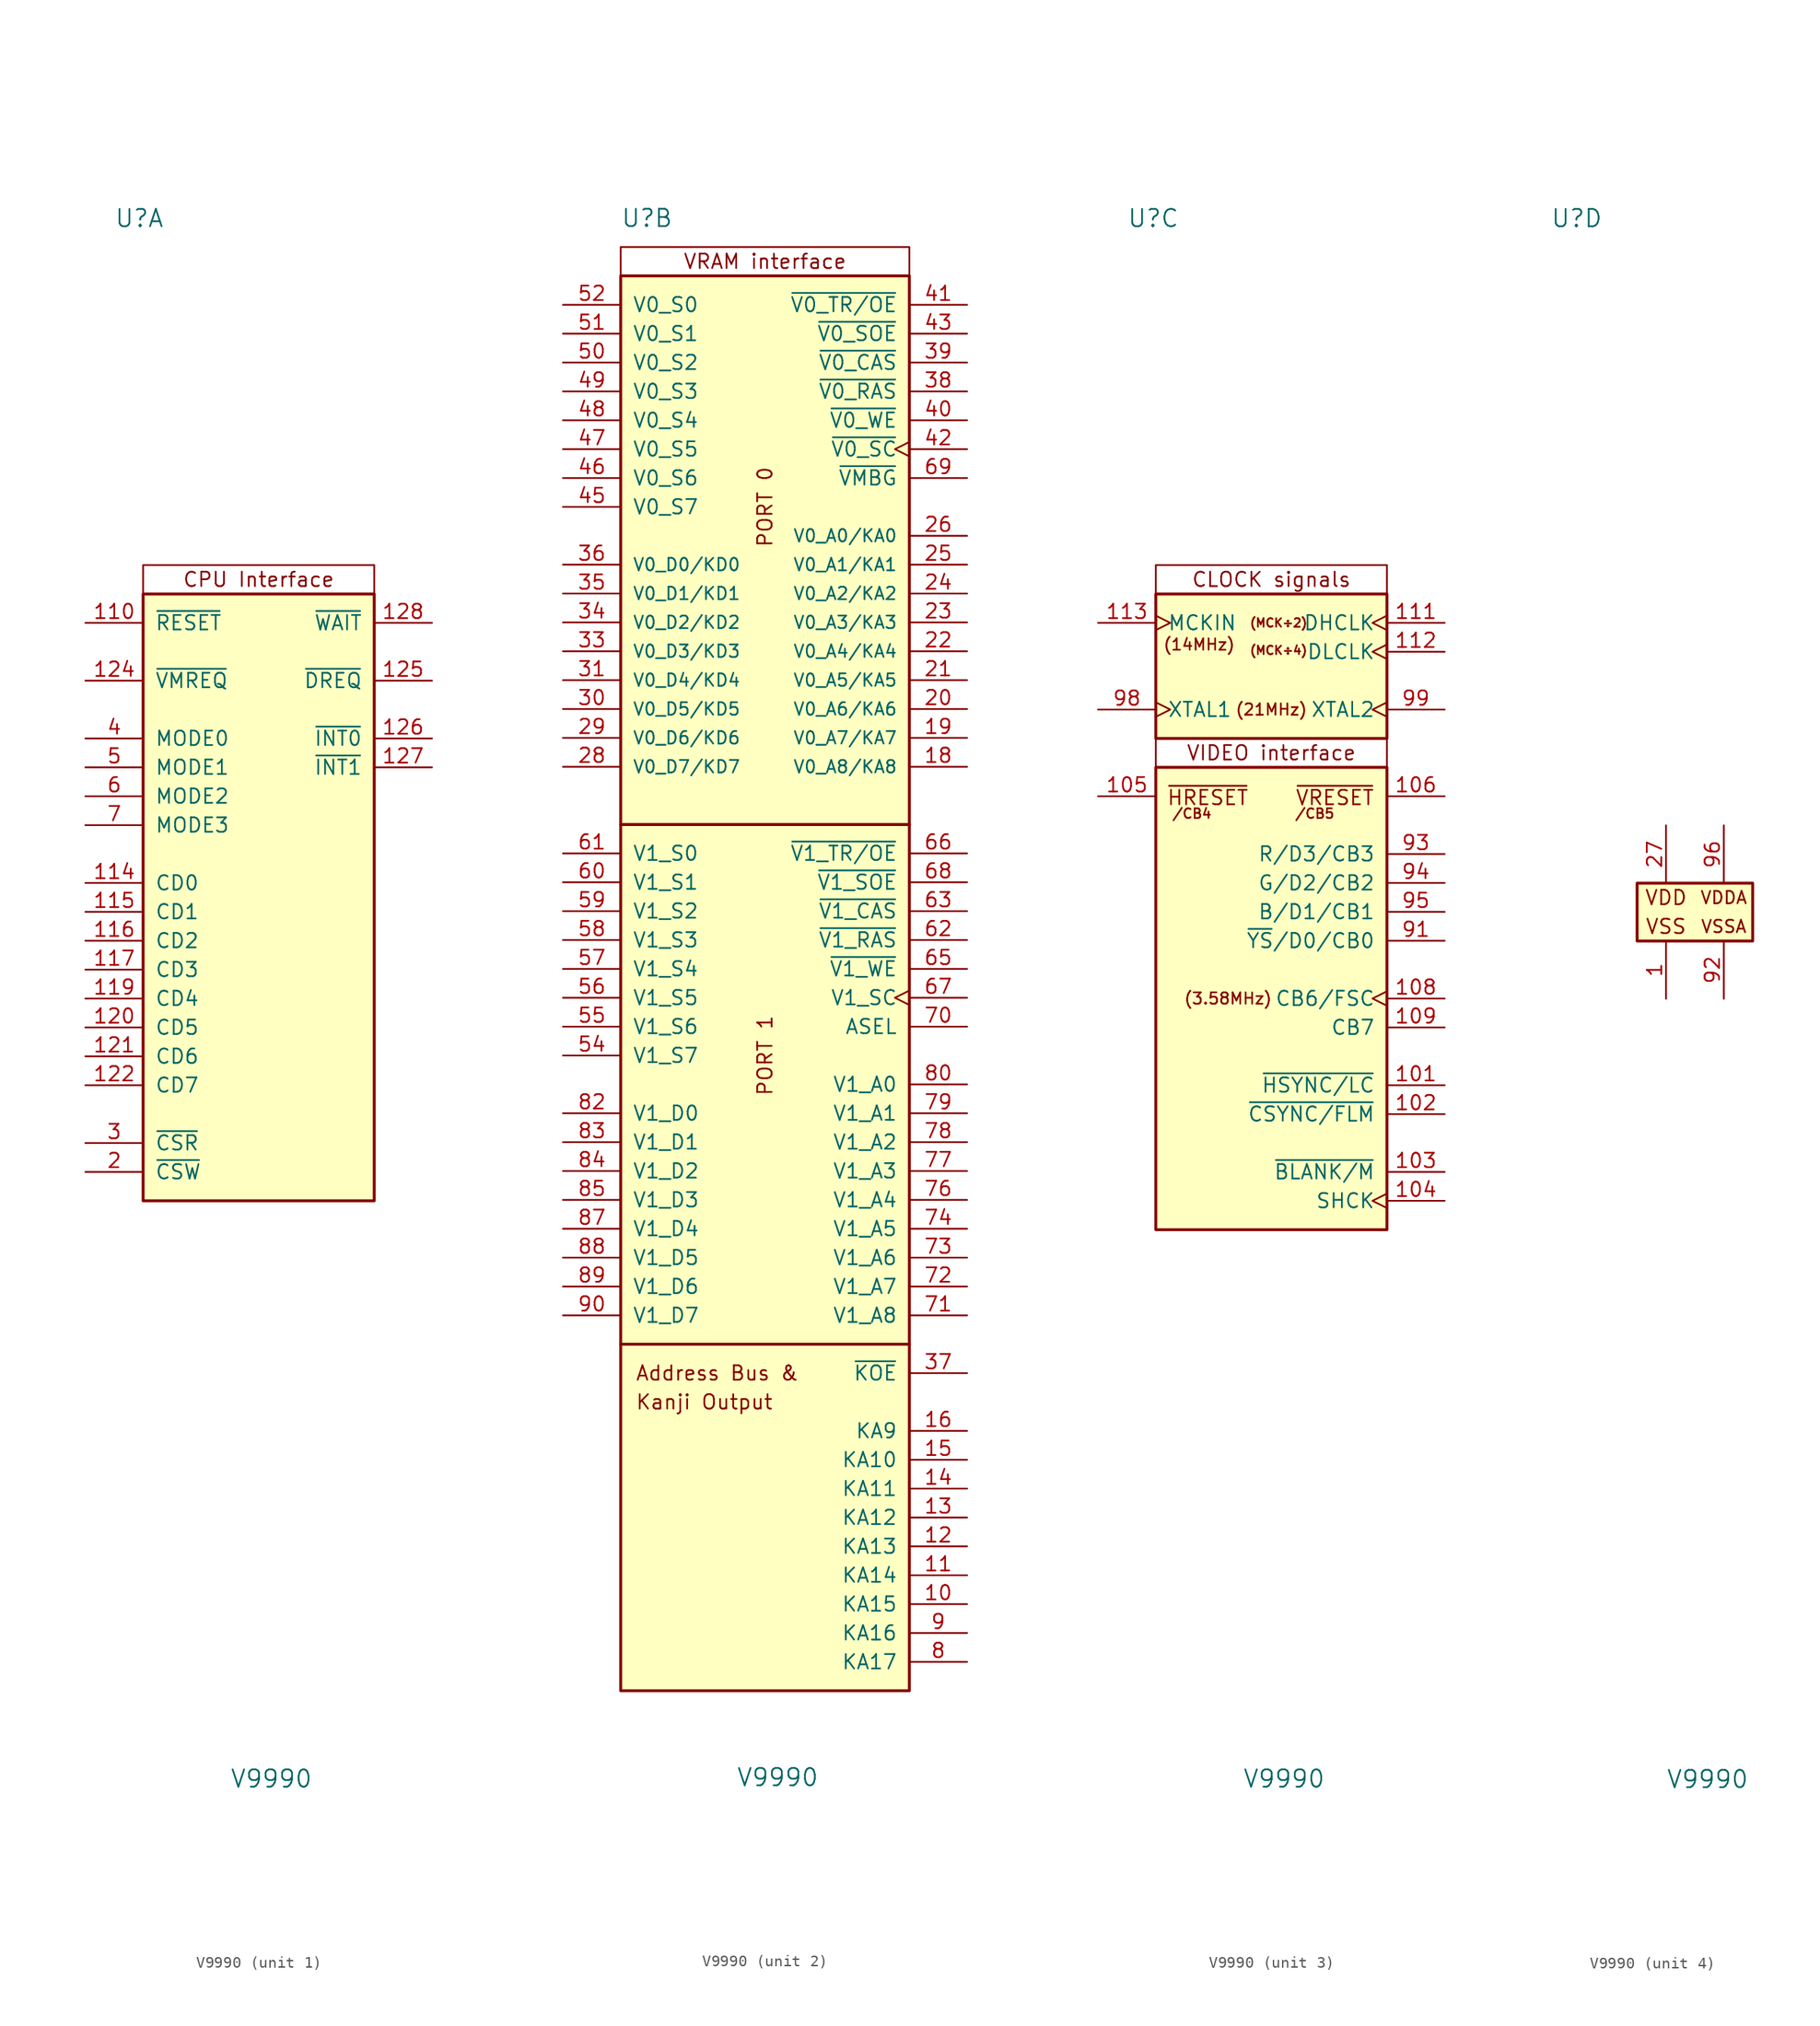
<source format=kicad_sym>
(kicad_symbol_lib
  (version 20211014)
  (generator kicad_symbol_editor)
  (symbol "V9990"
    (pin_names
      (offset 1.016))
    (property "Reference" "U"
      (at -12.7 60.96 0)
      (effects (font (size 1.524 1.524)) (justify left)))
    (property "Value" "V9990"
      (at -2.54 -76.2 0)
      (effects (font (size 1.524 1.524)) (justify left)))
    (property "ki_locked" ""
      (at 0 0 0)
      (effects (font (size 1.27 1.27))))
    (symbol "V9990_1_0"
      (rectangle (start -10.16 27.94) (end 10.16 30.48) (stroke (width 0) (type default) (color 0 0 0 0)) (fill (type none)))
      (text "CPU Interface" (at 0 29.21 0) (effects (font (size 1.27 1.27))))
      (pin input line (at -15.24 20.32 0) (length 5.08) (name "~{VMREQ}" (effects (font (size 1.27 1.27)))) (number "124" (effects (font (size 1.27 1.27)))))
      (pin open_emitter line (at 15.24 20.32 180) (length 5.08) (name "~{DREQ}" (effects (font (size 1.27 1.27)))) (number "125" (effects (font (size 1.27 1.27)))))
      (pin open_collector line (at 15.24 15.24 180) (length 5.08) (name "~{INT0}" (effects (font (size 1.27 1.27)))) (number "126" (effects (font (size 1.27 1.27)))))
      (pin input line (at -15.24 10.16 0) (length 5.08) (name "MODE2" (effects (font (size 1.27 1.27)))) (number "6" (effects (font (size 1.27 1.27)))))
      (pin input line (at -15.24 7.62 0) (length 5.08) (name "MODE3" (effects (font (size 1.27 1.27)))) (number "7" (effects (font (size 1.27 1.27))))))
    (symbol "V9990_1_1"
      (rectangle (start -10.16 27.94) (end 10.16 -25.4) (stroke (width 0.254) (type default) (color 0 0 0 0)) (fill (type background)))
      (pin input line (at -15.24 25.4 0) (length 5.08) (name "~{RESET}" (effects (font (size 1.27 1.27)))) (number "110" (effects (font (size 1.27 1.27)))))
      (pin tri_state line (at -15.24 2.54 0) (length 5.08) (name "CD0" (effects (font (size 1.27 1.27)))) (number "114" (effects (font (size 1.27 1.27)))))
      (pin tri_state line (at -15.24 0 0) (length 5.08) (name "CD1" (effects (font (size 1.27 1.27)))) (number "115" (effects (font (size 1.27 1.27)))))
      (pin tri_state line (at -15.24 -2.54 0) (length 5.08) (name "CD2" (effects (font (size 1.27 1.27)))) (number "116" (effects (font (size 1.27 1.27)))))
      (pin tri_state line (at -15.24 -5.08 0) (length 5.08) (name "CD3" (effects (font (size 1.27 1.27)))) (number "117" (effects (font (size 1.27 1.27)))))
      (pin tri_state line (at -15.24 -7.62 0) (length 5.08) (name "CD4" (effects (font (size 1.27 1.27)))) (number "119" (effects (font (size 1.27 1.27)))))
      (pin tri_state line (at -15.24 -10.16 0) (length 5.08) (name "CD5" (effects (font (size 1.27 1.27)))) (number "120" (effects (font (size 1.27 1.27)))))
      (pin tri_state line (at -15.24 -12.7 0) (length 5.08) (name "CD6" (effects (font (size 1.27 1.27)))) (number "121" (effects (font (size 1.27 1.27)))))
      (pin tri_state line (at -15.24 -15.24 0) (length 5.08) (name "CD7" (effects (font (size 1.27 1.27)))) (number "122" (effects (font (size 1.27 1.27)))))
      (pin open_collector line (at 15.24 12.7 180) (length 5.08) (name "~{INT1}" (effects (font (size 1.27 1.27)))) (number "127" (effects (font (size 1.27 1.27)))))
      (pin output line (at 15.24 25.4 180) (length 5.08) (name "~{WAIT}" (effects (font (size 1.27 1.27)))) (number "128" (effects (font (size 1.27 1.27)))))
      (pin input line (at -15.24 -22.86 0) (length 5.08) (name "~{CSW}" (effects (font (size 1.27 1.27)))) (number "2" (effects (font (size 1.27 1.27)))))
      (pin input line (at -15.24 -20.32 0) (length 5.08) (name "~{CSR}" (effects (font (size 1.27 1.27)))) (number "3" (effects (font (size 1.27 1.27)))))
      (pin input line (at -15.24 15.24 0) (length 5.08) (name "MODE0" (effects (font (size 1.27 1.27)))) (number "4" (effects (font (size 1.27 1.27)))))
      (pin input line (at -15.24 12.7 0) (length 5.08) (name "MODE1" (effects (font (size 1.27 1.27)))) (number "5" (effects (font (size 1.27 1.27))))))
    (symbol "V9990_2_0"
      (rectangle (start -12.7 -38.1) (end 12.7 -68.58) (stroke (width 0.254) (type default) (color 0 0 0 0)) (fill (type background)))
      (rectangle (start -12.7 7.62) (end 12.7 -38.1) (stroke (width 0.254) (type default) (color 0 0 0 0)) (fill (type background)))
      (rectangle (start -12.7 55.88) (end 12.7 7.62) (stroke (width 0.254) (type default) (color 0 0 0 0)) (fill (type background)))
      (rectangle (start -12.7 55.88) (end 12.7 58.42) (stroke (width 0) (type default) (color 0 0 0 0)) (fill (type none)))
      (text "Address Bus &" (at -11.43 -40.64 0) (effects (font (size 1.27 1.27)) (justify left)))
      (text "Kanji Output" (at -11.43 -43.18 0) (effects (font (size 1.27 1.27)) (justify left)))
      (text "PORT 0" (at 0 35.56 900) (effects (font (size 1.27 1.27))))
      (text "PORT 1" (at 0 -12.7 900) (effects (font (size 1.27 1.27))))
      (text "VRAM interface" (at 0 57.15 0) (effects (font (size 1.27 1.27))))
      (pin tri_state line (at 17.78 -60.96 180) (length 5.08) (name "KA15" (effects (font (size 1.27 1.27)))) (number "10" (effects (font (size 1.27 1.27)))))
      (pin tri_state line (at 17.78 -58.42 180) (length 5.08) (name "KA14" (effects (font (size 1.27 1.27)))) (number "11" (effects (font (size 1.27 1.27)))))
      (pin tri_state line (at 17.78 -55.88 180) (length 5.08) (name "KA13" (effects (font (size 1.27 1.27)))) (number "12" (effects (font (size 1.27 1.27)))))
      (pin tri_state line (at 17.78 -53.34 180) (length 5.08) (name "KA12" (effects (font (size 1.27 1.27)))) (number "13" (effects (font (size 1.27 1.27)))))
      (pin tri_state line (at 17.78 -50.8 180) (length 5.08) (name "KA11" (effects (font (size 1.27 1.27)))) (number "14" (effects (font (size 1.27 1.27)))))
      (pin tri_state line (at 17.78 -48.26 180) (length 5.08) (name "KA10" (effects (font (size 1.27 1.27)))) (number "15" (effects (font (size 1.27 1.27)))))
      (pin tri_state line (at 17.78 -45.72 180) (length 5.08) (name "KA9" (effects (font (size 1.27 1.27)))) (number "16" (effects (font (size 1.27 1.27)))))
      (pin tri_state line (at 17.78 12.7 180) (length 5.08) (name "V0_A8/KA8" (effects (font (size 1.1 1.1)))) (number "18" (effects (font (size 1.27 1.27)))))
      (pin tri_state line (at 17.78 15.24 180) (length 5.08) (name "V0_A7/KA7" (effects (font (size 1.1 1.1)))) (number "19" (effects (font (size 1.27 1.27)))))
      (pin tri_state line (at 17.78 17.78 180) (length 5.08) (name "V0_A6/KA6" (effects (font (size 1.1 1.1)))) (number "20" (effects (font (size 1.27 1.27)))))
      (pin tri_state line (at 17.78 20.32 180) (length 5.08) (name "V0_A5/KA5" (effects (font (size 1.1 1.1)))) (number "21" (effects (font (size 1.27 1.27)))))
      (pin tri_state line (at 17.78 22.86 180) (length 5.08) (name "V0_A4/KA4" (effects (font (size 1.1 1.1)))) (number "22" (effects (font (size 1.27 1.27)))))
      (pin tri_state line (at 17.78 25.4 180) (length 5.08) (name "V0_A3/KA3" (effects (font (size 1.1 1.1)))) (number "23" (effects (font (size 1.27 1.27)))))
      (pin tri_state line (at 17.78 27.94 180) (length 5.08) (name "V0_A2/KA2" (effects (font (size 1.1 1.1)))) (number "24" (effects (font (size 1.27 1.27)))))
      (pin tri_state line (at 17.78 30.48 180) (length 5.08) (name "V0_A1/KA1" (effects (font (size 1.1 1.1)))) (number "25" (effects (font (size 1.27 1.27)))))
      (pin tri_state line (at 17.78 33.02 180) (length 5.08) (name "V0_A0/KA0" (effects (font (size 1.1 1.1)))) (number "26" (effects (font (size 1.27 1.27)))))
      (pin output line (at 17.78 -40.64 180) (length 5.08) (name "~{KOE}" (effects (font (size 1.27 1.27)))) (number "37" (effects (font (size 1.27 1.27)))))
      (pin tri_state line (at 17.78 43.18 180) (length 5.08) (name "~{V0_WE}" (effects (font (size 1.27 1.27)))) (number "40" (effects (font (size 1.27 1.27)))))
      (pin output line (at 17.78 53.34 180) (length 5.08) (name "~{V0_TR/OE}" (effects (font (size 1.27 1.27)))) (number "41" (effects (font (size 1.27 1.27)))))
      (pin output clock (at 17.78 40.64 180) (length 5.08) (name "~{V0_SC}" (effects (font (size 1.27 1.27)))) (number "42" (effects (font (size 1.27 1.27)))))
      (pin output line (at 17.78 50.8 180) (length 5.08) (name "~{V0_SOE}" (effects (font (size 1.27 1.27)))) (number "43" (effects (font (size 1.27 1.27)))))
      (pin input line (at -17.78 35.56 0) (length 5.08) (name "V0_S7" (effects (font (size 1.27 1.27)))) (number "45" (effects (font (size 1.27 1.27)))))
      (pin input line (at -17.78 38.1 0) (length 5.08) (name "V0_S6" (effects (font (size 1.27 1.27)))) (number "46" (effects (font (size 1.27 1.27)))))
      (pin input line (at -17.78 40.64 0) (length 5.08) (name "V0_S5" (effects (font (size 1.27 1.27)))) (number "47" (effects (font (size 1.27 1.27)))))
      (pin input line (at -17.78 43.18 0) (length 5.08) (name "V0_S4" (effects (font (size 1.27 1.27)))) (number "48" (effects (font (size 1.27 1.27)))))
      (pin input line (at -17.78 45.72 0) (length 5.08) (name "V0_S3" (effects (font (size 1.27 1.27)))) (number "49" (effects (font (size 1.27 1.27)))))
      (pin input line (at -17.78 48.26 0) (length 5.08) (name "V0_S2" (effects (font (size 1.27 1.27)))) (number "50" (effects (font (size 1.27 1.27)))))
      (pin input line (at -17.78 50.8 0) (length 5.08) (name "V0_S1" (effects (font (size 1.27 1.27)))) (number "51" (effects (font (size 1.27 1.27)))))
      (pin input line (at -17.78 53.34 0) (length 5.08) (name "V0_S0" (effects (font (size 1.27 1.27)))) (number "52" (effects (font (size 1.27 1.27)))))
      (pin tri_state line (at 17.78 -5.08 180) (length 5.08) (name "~{V1_WE}" (effects (font (size 1.27 1.27)))) (number "65" (effects (font (size 1.27 1.27)))))
      (pin output line (at 17.78 5.08 180) (length 5.08) (name "~{V1_TR/OE}" (effects (font (size 1.27 1.27)))) (number "66" (effects (font (size 1.27 1.27)))))
      (pin output clock (at 17.78 -7.62 180) (length 5.08) (name "V1_SC" (effects (font (size 1.27 1.27)))) (number "67" (effects (font (size 1.27 1.27)))))
      (pin output line (at 17.78 2.54 180) (length 5.08) (name "~{V1_SOE}" (effects (font (size 1.27 1.27)))) (number "68" (effects (font (size 1.27 1.27)))))
      (pin output line (at 17.78 -10.16 180) (length 5.08) (name "ASEL" (effects (font (size 1.27 1.27)))) (number "70" (effects (font (size 1.27 1.27)))))
      (pin tri_state line (at 17.78 -35.56 180) (length 5.08) (name "V1_A8" (effects (font (size 1.27 1.27)))) (number "71" (effects (font (size 1.27 1.27)))))
      (pin tri_state line (at 17.78 -33.02 180) (length 5.08) (name "V1_A7" (effects (font (size 1.27 1.27)))) (number "72" (effects (font (size 1.27 1.27)))))
      (pin tri_state line (at 17.78 -30.48 180) (length 5.08) (name "V1_A6" (effects (font (size 1.27 1.27)))) (number "73" (effects (font (size 1.27 1.27)))))
      (pin tri_state line (at 17.78 -27.94 180) (length 5.08) (name "V1_A5" (effects (font (size 1.27 1.27)))) (number "74" (effects (font (size 1.27 1.27)))))
      (pin tri_state line (at 17.78 -25.4 180) (length 5.08) (name "V1_A4" (effects (font (size 1.27 1.27)))) (number "76" (effects (font (size 1.27 1.27)))))
      (pin tri_state line (at 17.78 -22.86 180) (length 5.08) (name "V1_A3" (effects (font (size 1.27 1.27)))) (number "77" (effects (font (size 1.27 1.27)))))
      (pin tri_state line (at 17.78 -20.32 180) (length 5.08) (name "V1_A2" (effects (font (size 1.27 1.27)))) (number "78" (effects (font (size 1.27 1.27)))))
      (pin tri_state line (at 17.78 -17.78 180) (length 5.08) (name "V1_A1" (effects (font (size 1.27 1.27)))) (number "79" (effects (font (size 1.27 1.27)))))
      (pin tri_state line (at 17.78 -66.04 180) (length 5.08) (name "KA17" (effects (font (size 1.27 1.27)))) (number "8" (effects (font (size 1.27 1.27)))))
      (pin tri_state line (at 17.78 -15.24 180) (length 5.08) (name "V1_A0" (effects (font (size 1.27 1.27)))) (number "80" (effects (font (size 1.27 1.27)))))
      (pin tri_state line (at 17.78 -63.5 180) (length 5.08) (name "KA16" (effects (font (size 1.27 1.27)))) (number "9" (effects (font (size 1.27 1.27))))))
    (symbol "V9990_2_1"
      (pin bidirectional line (at -17.78 12.7 0) (length 5.08) (name "V0_D7/KD7" (effects (font (size 1.1 1.1)))) (number "28" (effects (font (size 1.27 1.27)))))
      (pin bidirectional line (at -17.78 15.24 0) (length 5.08) (name "V0_D6/KD6" (effects (font (size 1.1 1.1)))) (number "29" (effects (font (size 1.27 1.27)))))
      (pin bidirectional line (at -17.78 17.78 0) (length 5.08) (name "V0_D5/KD5" (effects (font (size 1.1 1.1)))) (number "30" (effects (font (size 1.27 1.27)))))
      (pin bidirectional line (at -17.78 20.32 0) (length 5.08) (name "V0_D4/KD4" (effects (font (size 1.1 1.1)))) (number "31" (effects (font (size 1.27 1.27)))))
      (pin bidirectional line (at -17.78 22.86 0) (length 5.08) (name "V0_D3/KD3" (effects (font (size 1.1 1.1)))) (number "33" (effects (font (size 1.27 1.27)))))
      (pin bidirectional line (at -17.78 25.4 0) (length 5.08) (name "V0_D2/KD2" (effects (font (size 1.1 1.1)))) (number "34" (effects (font (size 1.27 1.27)))))
      (pin bidirectional line (at -17.78 27.94 0) (length 5.08) (name "V0_D1/KD1" (effects (font (size 1.1 1.1)))) (number "35" (effects (font (size 1.27 1.27)))))
      (pin bidirectional line (at -17.78 30.48 0) (length 5.08) (name "V0_D0/KD0" (effects (font (size 1.1 1.1)))) (number "36" (effects (font (size 1.27 1.27)))))
      (pin output line (at 17.78 45.72 180) (length 5.08) (name "~{V0_RAS}" (effects (font (size 1.27 1.27)))) (number "38" (effects (font (size 1.27 1.27)))))
      (pin output line (at 17.78 48.26 180) (length 5.08) (name "~{V0_CAS}" (effects (font (size 1.27 1.27)))) (number "39" (effects (font (size 1.27 1.27)))))
      (pin input line (at -17.78 -12.7 0) (length 5.08) (name "V1_S7" (effects (font (size 1.27 1.27)))) (number "54" (effects (font (size 1.27 1.27)))))
      (pin input line (at -17.78 -10.16 0) (length 5.08) (name "V1_S6" (effects (font (size 1.27 1.27)))) (number "55" (effects (font (size 1.27 1.27)))))
      (pin input line (at -17.78 -7.62 0) (length 5.08) (name "V1_S5" (effects (font (size 1.27 1.27)))) (number "56" (effects (font (size 1.27 1.27)))))
      (pin input line (at -17.78 -5.08 0) (length 5.08) (name "V1_S4" (effects (font (size 1.27 1.27)))) (number "57" (effects (font (size 1.27 1.27)))))
      (pin input line (at -17.78 -2.54 0) (length 5.08) (name "V1_S3" (effects (font (size 1.27 1.27)))) (number "58" (effects (font (size 1.27 1.27)))))
      (pin input line (at -17.78 0 0) (length 5.08) (name "V1_S2" (effects (font (size 1.27 1.27)))) (number "59" (effects (font (size 1.27 1.27)))))
      (pin input line (at -17.78 2.54 0) (length 5.08) (name "V1_S1" (effects (font (size 1.27 1.27)))) (number "60" (effects (font (size 1.27 1.27)))))
      (pin input line (at -17.78 5.08 0) (length 5.08) (name "V1_S0" (effects (font (size 1.27 1.27)))) (number "61" (effects (font (size 1.27 1.27)))))
      (pin output line (at 17.78 -2.54 180) (length 5.08) (name "~{V1_RAS}" (effects (font (size 1.27 1.27)))) (number "62" (effects (font (size 1.27 1.27)))))
      (pin output line (at 17.78 0 180) (length 5.08) (name "~{V1_CAS}" (effects (font (size 1.27 1.27)))) (number "63" (effects (font (size 1.27 1.27)))))
      (pin output line (at 17.78 38.1 180) (length 5.08) (name "~{VMBG}" (effects (font (size 1.27 1.27)))) (number "69" (effects (font (size 1.27 1.27)))))
      (pin bidirectional line (at -17.78 -17.78 0) (length 5.08) (name "V1_D0" (effects (font (size 1.27 1.27)))) (number "82" (effects (font (size 1.27 1.27)))))
      (pin bidirectional line (at -17.78 -20.32 0) (length 5.08) (name "V1_D1" (effects (font (size 1.27 1.27)))) (number "83" (effects (font (size 1.27 1.27)))))
      (pin bidirectional line (at -17.78 -22.86 0) (length 5.08) (name "V1_D2" (effects (font (size 1.27 1.27)))) (number "84" (effects (font (size 1.27 1.27)))))
      (pin bidirectional line (at -17.78 -25.4 0) (length 5.08) (name "V1_D3" (effects (font (size 1.27 1.27)))) (number "85" (effects (font (size 1.27 1.27)))))
      (pin bidirectional line (at -17.78 -27.94 0) (length 5.08) (name "V1_D4" (effects (font (size 1.27 1.27)))) (number "87" (effects (font (size 1.27 1.27)))))
      (pin bidirectional line (at -17.78 -30.48 0) (length 5.08) (name "V1_D5" (effects (font (size 1.27 1.27)))) (number "88" (effects (font (size 1.27 1.27)))))
      (pin bidirectional line (at -17.78 -33.02 0) (length 5.08) (name "V1_D6" (effects (font (size 1.27 1.27)))) (number "89" (effects (font (size 1.27 1.27)))))
      (pin bidirectional line (at -17.78 -35.56 0) (length 5.08) (name "V1_D7" (effects (font (size 1.27 1.27)))) (number "90" (effects (font (size 1.27 1.27))))))
    (symbol "V9990_3_0"
      (rectangle (start -10.16 12.7) (end 10.16 -27.94) (stroke (width 0.254) (type default) (color 0 0 0 0)) (fill (type background)))
      (rectangle (start -10.16 15.24) (end 10.16 12.7) (stroke (width 0) (type default) (color 0 0 0 0)) (fill (type none)))
      (rectangle (start -10.16 27.94) (end 10.16 30.48) (stroke (width 0) (type default) (color 0 0 0 0)) (fill (type none)))
      (text "(14MHz)" (at -6.35 23.495 0) (effects (font (size 1 1))))
      (text "(21MHz)" (at 0 17.78 0) (effects (font (size 1 1))))
      (text "(3.58MHz)" (at -3.81 -7.62 0) (effects (font (size 1 1))))
      (text "(MCK÷2)" (at 0.635 25.4 0) (effects (font (size 0.75 0.75))))
      (text "(MCK÷4)" (at 0.635 22.987 0) (effects (font (size 0.75 0.75))))
      (text "/CB4" (at -6.985 8.636 0) (effects (font (size 0.85 0.85))))
      (text "/CB5" (at 3.81 8.636 0) (effects (font (size 0.85 0.85))))
      (text "CLOCK signals" (at 0 29.21 0) (effects (font (size 1.27 1.27))))
      (text "VIDEO interface" (at 0 13.97 0) (effects (font (size 1.27 1.27))))
      (text "~{HRESET}" (at -5.588 10.033 0) (effects (font (size 1.27 1.27))))
      (text "~{VRESET}" (at 5.588 10.033 0) (effects (font (size 1.27 1.27))))
      (pin input clock (at -15.24 25.4 0) (length 5.08) (name "MCKIN" (effects (font (size 1.27 1.27)))) (number "113" (effects (font (size 1.27 1.27))))))
    (symbol "V9990_3_1"
      (rectangle (start -10.16 27.94) (end 10.16 15.24) (stroke (width 0.254) (type default) (color 0 0 0 0)) (fill (type background)))
      (pin output line (at 15.24 -15.24 180) (length 5.08) (name "~{HSYNC/LC}" (effects (font (size 1.27 1.27)))) (number "101" (effects (font (size 1.27 1.27)))))
      (pin output line (at 15.24 -17.78 180) (length 5.08) (name "~{CSYNC/FLM}" (effects (font (size 1.27 1.27)))) (number "102" (effects (font (size 1.27 1.27)))))
      (pin output line (at 15.24 -22.86 180) (length 5.08) (name "~{BLANK/M}" (effects (font (size 1.27 1.27)))) (number "103" (effects (font (size 1.27 1.27)))))
      (pin output clock (at 15.24 -25.4 180) (length 5.08) (name "SHCK" (effects (font (size 1.27 1.27)))) (number "104" (effects (font (size 1.27 1.27)))))
      (pin bidirectional line (at -15.24 10.16 0) (length 5.08) (name "~{HRESET}/CB4" (effects (font (size 0 0)))) (number "105" (effects (font (size 1.27 1.27)))))
      (pin bidirectional line (at 15.24 10.16 180) (length 5.08) (name "~{VRESET}/CB5" (effects (font (size 0 0)))) (number "106" (effects (font (size 1.27 1.27)))))
      (pin output clock (at 15.24 -7.62 180) (length 5.08) (name "CB6/FSC" (effects (font (size 1.27 1.27)))) (number "108" (effects (font (size 1.27 1.27)))))
      (pin output line (at 15.24 -10.16 180) (length 5.08) (name "CB7" (effects (font (size 1.27 1.27)))) (number "109" (effects (font (size 1.27 1.27)))))
      (pin output clock (at 15.24 25.4 180) (length 5.08) (name "DHCLK" (effects (font (size 1.27 1.27)))) (number "111" (effects (font (size 1.27 1.27)))))
      (pin output clock (at 15.24 22.86 180) (length 5.08) (name "DLCLK" (effects (font (size 1.27 1.27)))) (number "112" (effects (font (size 1.27 1.27)))))
      (pin output line (at 15.24 -2.54 180) (length 5.08) (name "~{YS}/D0/CB0" (effects (font (size 1.27 1.27)))) (number "91" (effects (font (size 1.27 1.27)))))
      (pin output line (at 15.24 5.08 180) (length 5.08) (name "R/D3/CB3" (effects (font (size 1.27 1.27)))) (number "93" (effects (font (size 1.27 1.27)))))
      (pin output line (at 15.24 2.54 180) (length 5.08) (name "G/D2/CB2" (effects (font (size 1.27 1.27)))) (number "94" (effects (font (size 1.27 1.27)))))
      (pin output line (at 15.24 0 180) (length 5.08) (name "B/D1/CB1" (effects (font (size 1.27 1.27)))) (number "95" (effects (font (size 1.27 1.27)))))
      (pin input clock (at -15.24 17.78 0) (length 5.08) (name "XTAL1" (effects (font (size 1.27 1.27)))) (number "98" (effects (font (size 1.27 1.27)))))
      (pin output clock (at 15.24 17.78 180) (length 5.08) (name "XTAL2" (effects (font (size 1.27 1.27)))) (number "99" (effects (font (size 1.27 1.27))))))
    (symbol "V9990_4_0"
      (text "VDDA" (at 2.54 1.27 0) (effects (font (size 1.092 1.092))))
      (text "VSS" (at -2.54 -1.27 0) (effects (font (size 1.27 1.27))))
      (text "VSSA" (at 2.54 -1.27 0) (effects (font (size 1.092 1.092))))
      (pin passive line (at -2.54 -7.62 90) (length 5.08) hide (name "VSS" (effects (font (size 1.27 1.27)))) (number "100" (effects (font (size 1.27 1.27)))))
      (pin passive line (at -2.54 -7.62 90) (length 5.08) hide (name "VSS" (effects (font (size 1.27 1.27)))) (number "107" (effects (font (size 1.27 1.27)))))
      (pin passive line (at -2.54 -7.62 90) (length 5.08) hide (name "VSS" (effects (font (size 1.27 1.27)))) (number "118" (effects (font (size 1.27 1.27)))))
      (pin passive line (at -2.54 7.62 270) (length 5.08) hide (name "VDD" (effects (font (size 1.27 1.27)))) (number "123" (effects (font (size 1.27 1.27)))))
      (pin passive line (at -2.54 -7.62 90) (length 5.08) hide (name "VSS" (effects (font (size 1.27 1.27)))) (number "17" (effects (font (size 1.27 1.27)))))
      (pin passive line (at -2.54 -7.62 90) (length 5.08) hide (name "VSS" (effects (font (size 1.27 1.27)))) (number "32" (effects (font (size 1.27 1.27)))))
      (pin passive line (at -2.54 -7.62 90) (length 5.08) hide (name "VSS" (effects (font (size 1.27 1.27)))) (number "44" (effects (font (size 1.27 1.27)))))
      (pin passive line (at -2.54 7.62 270) (length 5.08) hide (name "VDD" (effects (font (size 1.27 1.27)))) (number "53" (effects (font (size 1.27 1.27)))))
      (pin passive line (at -2.54 -7.62 90) (length 5.08) hide (name "VSS" (effects (font (size 1.27 1.27)))) (number "64" (effects (font (size 1.27 1.27)))))
      (pin passive line (at -2.54 -7.62 90) (length 5.08) hide (name "VSS" (effects (font (size 1.27 1.27)))) (number "75" (effects (font (size 1.27 1.27)))))
      (pin passive line (at -2.54 7.62 270) (length 5.08) hide (name "VDD" (effects (font (size 1.27 1.27)))) (number "81" (effects (font (size 1.27 1.27)))))
      (pin passive line (at -2.54 -7.62 90) (length 5.08) hide (name "VSS" (effects (font (size 1.27 1.27)))) (number "86" (effects (font (size 1.27 1.27)))))
      (pin power_in line (at 2.54 -7.62 90) (length 5.08) (name "VSSA" (effects (font (size 0 0)))) (number "92" (effects (font (size 1.27 1.27)))))
      (pin passive line (at -2.54 7.62 270) (length 5.08) hide (name "VDD" (effects (font (size 1.27 1.27)))) (number "97" (effects (font (size 1.27 1.27))))))
    (symbol "V9990_4_1"
      (rectangle (start -5.08 2.54) (end 5.08 -2.54) (stroke (width 0.254) (type default) (color 0 0 0 0)) (fill (type background)))
      (text "VDD" (at -2.54 1.27 0) (effects (font (size 1.27 1.27))))
      (pin power_in line (at -2.54 -7.62 90) (length 5.08) (name "VSS" (effects (font (size 0 0)))) (number "1" (effects (font (size 1.27 1.27)))))
      (pin power_in line (at -2.54 7.62 270) (length 5.08) (name "VDD" (effects (font (size 0 0)))) (number "27" (effects (font (size 1.27 1.27)))))
      (pin power_in line (at 2.54 7.62 270) (length 5.08) (name "VDDA" (effects (font (size 0 0)))) (number "96" (effects (font (size 1.27 1.27))))))))
</source>
